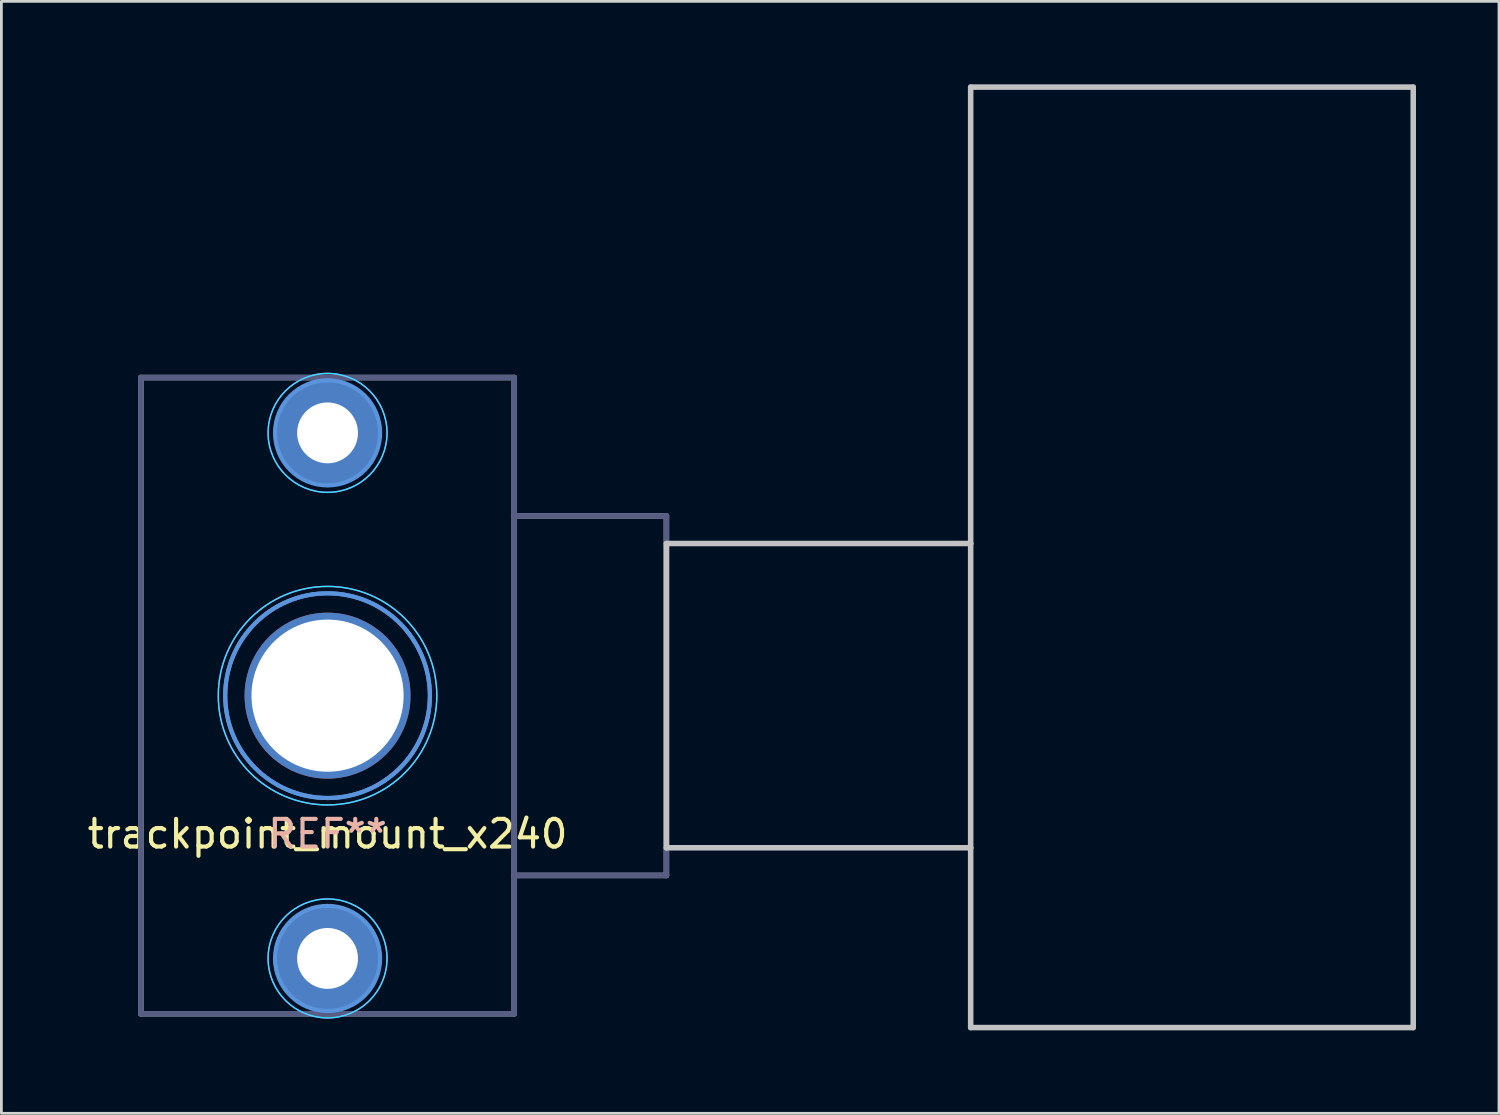
<source format=kicad_pcb>
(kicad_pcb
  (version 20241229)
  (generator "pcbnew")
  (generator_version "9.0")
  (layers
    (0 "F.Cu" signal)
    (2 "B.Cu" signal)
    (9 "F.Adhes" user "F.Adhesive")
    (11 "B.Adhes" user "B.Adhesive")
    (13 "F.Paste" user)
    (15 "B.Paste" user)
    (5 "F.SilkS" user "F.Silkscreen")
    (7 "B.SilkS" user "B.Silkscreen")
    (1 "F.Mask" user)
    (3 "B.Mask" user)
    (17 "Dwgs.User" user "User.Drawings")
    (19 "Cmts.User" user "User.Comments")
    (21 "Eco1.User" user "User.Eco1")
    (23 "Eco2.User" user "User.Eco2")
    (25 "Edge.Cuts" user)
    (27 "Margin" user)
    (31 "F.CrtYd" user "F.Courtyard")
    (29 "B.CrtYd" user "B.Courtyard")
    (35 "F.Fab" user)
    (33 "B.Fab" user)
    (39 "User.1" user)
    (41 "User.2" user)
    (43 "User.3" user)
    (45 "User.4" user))
  (footprint "trackpoint_mount_x240"
    (layer "F.Cu")
    (at 8.792 22.1)
    (property "Reference" "trackpoint_mount_x240" (at 0 5 0) (layer "F.SilkS") (effects (font (size 1 1) (thickness 0.15))))
    (attr through_hole)
    (fp_line (start 12.25 -5.5) (end 12.25 5.5) (stroke (width 0.2) (type solid)) (layer "Dwgs.User"))
    (fp_line (start 23.25 -22) (end 23.25 -5.5) (stroke (width 0.2) (type solid)) (layer "Dwgs.User"))
    (fp_line (start 23.25 -5.5) (end 12.25 -5.5) (stroke (width 0.2) (type solid)) (layer "Dwgs.User"))
    (fp_line (start 23.25 -5.5) (end 23.25 5.5) (stroke (width 0.2) (type solid)) (layer "Dwgs.User"))
    (fp_line (start 23.25 5.5) (end 12.25 5.5) (stroke (width 0.2) (type solid)) (layer "Dwgs.User"))
    (fp_line (start 23.25 5.5) (end 23.25 12) (stroke (width 0.2) (type solid)) (layer "Dwgs.User"))
    (fp_line (start 39.25 -22) (end 23.25 -22) (stroke (width 0.2) (type solid)) (layer "Dwgs.User"))
    (fp_line (start 39.25 -22) (end 39.25 12) (stroke (width 0.2) (type solid)) (layer "Dwgs.User"))
    (fp_line (start 39.25 12) (end 23.25 12) (stroke (width 0.2) (type solid)) (layer "Dwgs.User"))
    (fp_circle (center 0 -9.5) (end -1.9 -9.5) (stroke (width 0.15) (type solid)) (fill no) (layer "Cmts.User"))
    (fp_circle (center 0 0) (end -3.7 0) (stroke (width 0.15) (type solid)) (fill no) (layer "Cmts.User"))
    (fp_circle (center 0 0) (end -3.7 0) (stroke (width 0.15) (type solid)) (fill no) (layer "Cmts.User"))
    (fp_circle (center 0 9.5) (end -1.9 9.5) (stroke (width 0.15) (type solid)) (fill no) (layer "Cmts.User"))
    (fp_circle (center 0 -9.5) (end -2.15 -9.5) (stroke (width 0.05) (type solid)) (fill no) (layer "B.CrtYd"))
    (fp_circle (center 0 0) (end -3.95 0) (stroke (width 0.05) (type solid)) (fill no) (layer "B.CrtYd"))
    (fp_circle (center 0 9.5) (end -2.15 9.5) (stroke (width 0.05) (type solid)) (fill no) (layer "B.CrtYd"))
    (fp_circle (center 0 -9.5) (end -2.15 -9.5) (stroke (width 0.05) (type solid)) (fill no) (layer "F.CrtYd"))
    (fp_circle (center 0 0) (end -3.95 0) (stroke (width 0.05) (type solid)) (fill no) (layer "F.CrtYd"))
    (fp_circle (center 0 9.5) (end -2.15 9.5) (stroke (width 0.05) (type solid)) (fill no) (layer "F.CrtYd"))
    (fp_line (start -6.75 -11.5) (end -6.75 11.5) (stroke (width 0.2) (type solid)) (layer "B.Fab"))
    (fp_line (start 6.75 -11.5) (end -6.75 -11.5) (stroke (width 0.2) (type solid)) (layer "B.Fab"))
    (fp_line (start 6.75 -11.5) (end 6.75 11.5) (stroke (width 0.2) (type solid)) (layer "B.Fab"))
    (fp_line (start 6.75 11.5) (end -6.75 11.5) (stroke (width 0.2) (type solid)) (layer "B.Fab"))
    (fp_line (start 12.25 -6.5) (end 6.75 -6.5) (stroke (width 0.2) (type solid)) (layer "B.Fab"))
    (fp_line (start 12.25 -6.5) (end 12.25 6.5) (stroke (width 0.2) (type solid)) (layer "B.Fab"))
    (fp_line (start 12.25 6.5) (end 6.75 6.5) (stroke (width 0.2) (type solid)) (layer "B.Fab"))
    (fp_line (start -6.75 11.5) (end -6.75 -11.5) (stroke (width 0.2) (type solid)) (layer "F.Fab"))
    (fp_line (start 6.75 -11.5) (end -6.75 -11.5) (stroke (width 0.2) (type solid)) (layer "F.Fab"))
    (fp_line (start 6.75 11.5) (end -6.75 11.5) (stroke (width 0.2) (type solid)) (layer "F.Fab"))
    (fp_line (start 6.75 11.5) (end 6.75 -11.5) (stroke (width 0.2) (type solid)) (layer "F.Fab"))
    (fp_line (start 12.25 -6.5) (end 6.75 -6.5) (stroke (width 0.2) (type solid)) (layer "F.Fab"))
    (fp_line (start 12.25 6.5) (end 6.75 6.5) (stroke (width 0.2) (type solid)) (layer "F.Fab"))
    (fp_line (start 12.25 6.5) (end 12.25 -6.5) (stroke (width 0.2) (type solid)) (layer "F.Fab"))
    (fp_text user "REF**" (at 0 5 0) (layer "B.SilkS") (effects (font (size 1 1) (thickness 0.15))))
    (pad "" thru_hole circle (at 0 -9.5 180) (size 3.8 3.8) (drill 2.2) (layers "*.Cu" "*.Mask"))
    (pad "" np_thru_hole circle (at 0 0 180) (size 6 6) (drill 5.5) (layers "*.Cu" "*.Mask"))
    (pad "" thru_hole circle (at 0 9.5 180) (size 3.8 3.8) (drill 2.2) (layers "*.Cu" "*.Mask")))
  (gr_rect
    (start -3 -3)
    (end 51.142 37.2)
    (stroke (width 0.1) (type default))
    (fill no)
    (layer "Edge.Cuts")))
</source>
